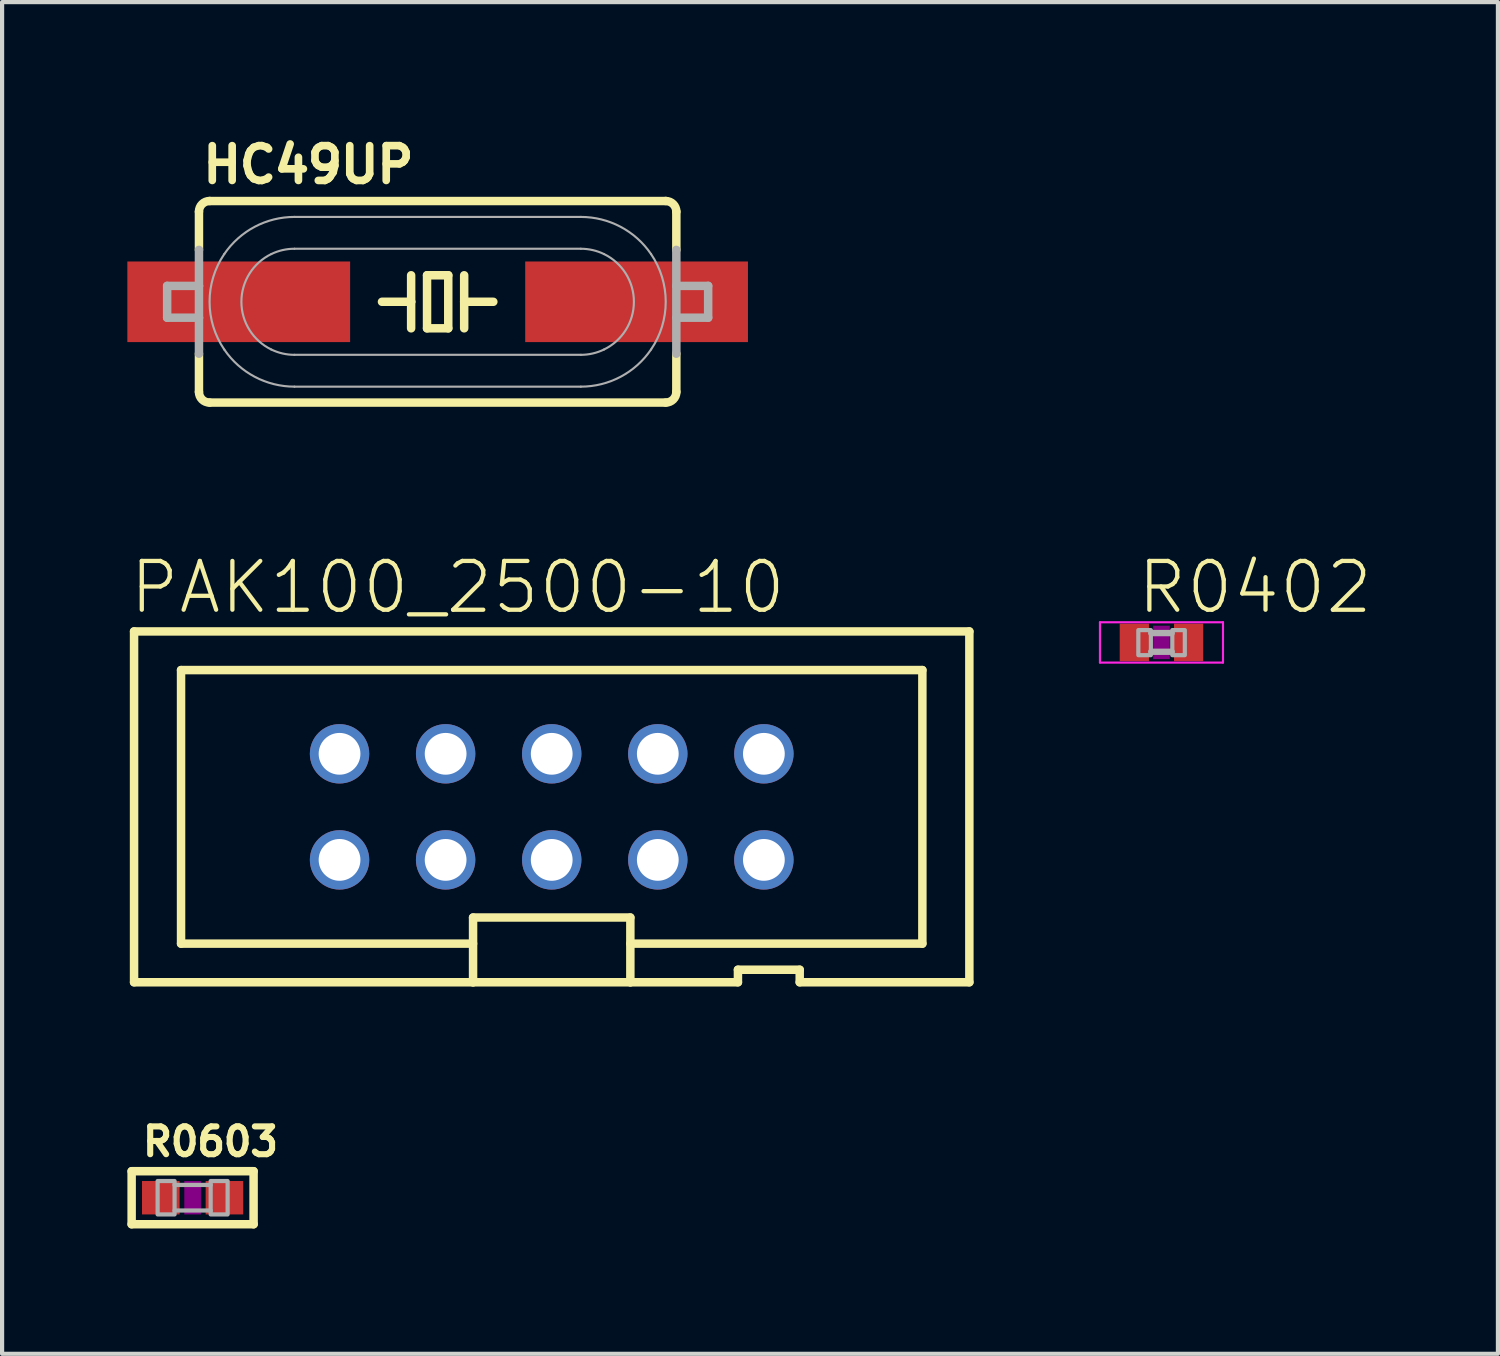
<source format=kicad_pcb>
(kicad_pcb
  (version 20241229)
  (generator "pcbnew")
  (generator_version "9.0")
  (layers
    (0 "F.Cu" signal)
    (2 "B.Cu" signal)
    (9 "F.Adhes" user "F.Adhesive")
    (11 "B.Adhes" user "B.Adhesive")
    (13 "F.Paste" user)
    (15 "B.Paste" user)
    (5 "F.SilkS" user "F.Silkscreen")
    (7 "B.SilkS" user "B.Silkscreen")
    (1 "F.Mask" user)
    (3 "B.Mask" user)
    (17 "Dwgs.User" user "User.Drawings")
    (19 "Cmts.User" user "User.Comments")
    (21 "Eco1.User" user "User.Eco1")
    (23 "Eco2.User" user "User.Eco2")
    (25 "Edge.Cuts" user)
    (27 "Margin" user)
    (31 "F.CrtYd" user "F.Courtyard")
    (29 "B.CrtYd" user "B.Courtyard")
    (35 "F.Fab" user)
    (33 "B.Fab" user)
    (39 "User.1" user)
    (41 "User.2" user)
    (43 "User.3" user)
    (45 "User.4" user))
  (footprint "HC49UP"
    (layer "F.Cu")
    (at 7.429 4.176)
    (property "Reference" "HC49UP" (at -5.715 -2.794 0) (unlocked yes) (layer "F.SilkS") (effects (font (size 0.833 0.833) (thickness 0.183)) (justify left bottom)))
    (fp_line (start -5.715 -1.243) (end -5.715 -2.159) (stroke (width 0.203) (type solid)) (layer "F.SilkS"))
    (fp_line (start -5.715 2.159) (end -5.715 1.243) (stroke (width 0.203) (type solid)) (layer "F.SilkS"))
    (fp_line (start -0.635 -0.635) (end -0.635 0) (stroke (width 0.203) (type solid)) (layer "F.SilkS"))
    (fp_line (start -0.635 0) (end -1.333 0) (stroke (width 0.203) (type solid)) (layer "F.SilkS"))
    (fp_line (start -0.635 0) (end -0.635 0.635) (stroke (width 0.203) (type solid)) (layer "F.SilkS"))
    (fp_line (start -0.254 -0.635) (end -0.254 0.635) (stroke (width 0.203) (type solid)) (layer "F.SilkS"))
    (fp_line (start -0.254 0.635) (end 0.254 0.635) (stroke (width 0.203) (type solid)) (layer "F.SilkS"))
    (fp_line (start 0.254 -0.635) (end -0.254 -0.635) (stroke (width 0.203) (type solid)) (layer "F.SilkS"))
    (fp_line (start 0.254 0.635) (end 0.254 -0.635) (stroke (width 0.203) (type solid)) (layer "F.SilkS"))
    (fp_line (start 0.635 -0.635) (end 0.635 0) (stroke (width 0.203) (type solid)) (layer "F.SilkS"))
    (fp_line (start 0.635 0) (end 0.635 0.635) (stroke (width 0.203) (type solid)) (layer "F.SilkS"))
    (fp_line (start 0.635 0) (end 1.333 0) (stroke (width 0.203) (type solid)) (layer "F.SilkS"))
    (fp_line (start 5.461 -2.413) (end -5.461 -2.413) (stroke (width 0.203) (type solid)) (layer "F.SilkS"))
    (fp_line (start 5.461 2.413) (end -5.461 2.413) (stroke (width 0.203) (type solid)) (layer "F.SilkS"))
    (fp_line (start 5.715 -1.243) (end 5.715 -2.159) (stroke (width 0.203) (type solid)) (layer "F.SilkS"))
    (fp_line (start 5.715 2.159) (end 5.715 1.243) (stroke (width 0.203) (type solid)) (layer "F.SilkS"))
    (fp_arc (start -5.715 -2.159) (mid -5.640605 -2.338605) (end -5.461 -2.413) (stroke (width 0.2032) (type solid)) (layer "F.SilkS"))
    (fp_arc (start -5.461 2.413) (mid -5.640605 2.338605) (end -5.715 2.159) (stroke (width 0.2032) (type solid)) (layer "F.SilkS"))
    (fp_arc (start 5.461 -2.413) (mid 5.640605 -2.338605) (end 5.715 -2.159) (stroke (width 0.2032) (type solid)) (layer "F.SilkS"))
    (fp_arc (start 5.715 2.159) (mid 5.640605 2.338605) (end 5.461 2.413) (stroke (width 0.2032) (type solid)) (layer "F.SilkS"))
    (fp_line (start -6.477 0.381) (end -6.477 -0.381) (stroke (width 0.203) (type solid)) (layer "F.Fab"))
    (fp_line (start -5.715 -0.381) (end -6.477 -0.381) (stroke (width 0.203) (type solid)) (layer "F.Fab"))
    (fp_line (start -5.715 -0.381) (end -5.715 -1.243) (stroke (width 0.203) (type solid)) (layer "F.Fab"))
    (fp_line (start -5.715 0.381) (end -6.477 0.381) (stroke (width 0.203) (type solid)) (layer "F.Fab"))
    (fp_line (start -5.715 0.381) (end -5.715 -0.381) (stroke (width 0.203) (type solid)) (layer "F.Fab"))
    (fp_line (start -5.715 1.243) (end -5.715 0.381) (stroke (width 0.203) (type solid)) (layer "F.Fab"))
    (fp_line (start -3.429 -2.032) (end 3.429 -2.032) (stroke (width 0.051) (type solid)) (layer "F.Fab"))
    (fp_line (start -3.429 -1.27) (end 3.429 -1.27) (stroke (width 0.051) (type solid)) (layer "F.Fab"))
    (fp_line (start 3.429 1.27) (end -3.429 1.27) (stroke (width 0.051) (type solid)) (layer "F.Fab"))
    (fp_line (start 3.429 2.032) (end -3.429 2.032) (stroke (width 0.051) (type solid)) (layer "F.Fab"))
    (fp_line (start 5.715 -0.381) (end 6.477 -0.381) (stroke (width 0.203) (type solid)) (layer "F.Fab"))
    (fp_line (start 5.715 0.381) (end 6.477 0.381) (stroke (width 0.203) (type solid)) (layer "F.Fab"))
    (fp_line (start 5.715 1.243) (end 5.715 -1.243) (stroke (width 0.203) (type solid)) (layer "F.Fab"))
    (fp_line (start 6.477 0.381) (end 6.477 -0.381) (stroke (width 0.203) (type solid)) (layer "F.Fab"))
    (fp_arc (start -5.1091 -1.143) (mid -4.379417 -1.796107) (end -3.429 -2.032101) (stroke (width 0.0508) (type solid)) (layer "F.Fab"))
    (fp_arc (start -5.1091 1.143) (mid -5.46104 0) (end -5.1091 -1.143) (stroke (width 0.0508) (type solid)) (layer "F.Fab"))
    (fp_arc (start -3.9826 -1.143) (mid -3.712991 -1.237845) (end -3.429 -1.27) (stroke (width 0.0508) (type solid)) (layer "F.Fab"))
    (fp_arc (start -3.9826 1.143) (mid -4.699009 0) (end -3.9826 -1.143) (stroke (width 0.0508) (type solid)) (layer "F.Fab"))
    (fp_arc (start -3.429 1.27) (mid -3.712991 1.237845) (end -3.9826 1.143) (stroke (width 0.0508) (type solid)) (layer "F.Fab"))
    (fp_arc (start -3.429 2.032001) (mid -4.379408 1.796063) (end -5.1091 1.143) (stroke (width 0.0508) (type solid)) (layer "F.Fab"))
    (fp_arc (start 3.429 -2.032) (mid 4.379408 -1.796062) (end 5.1091 -1.142999) (stroke (width 0.0508) (type solid)) (layer "F.Fab"))
    (fp_arc (start 3.429 -1.27) (mid 3.712991 -1.237845) (end 3.9826 -1.143) (stroke (width 0.0508) (type solid)) (layer "F.Fab"))
    (fp_arc (start 3.9826 -1.143) (mid 4.699009 0) (end 3.9826 1.143) (stroke (width 0.0508) (type solid)) (layer "F.Fab"))
    (fp_arc (start 3.9826 1.143) (mid 3.712991 1.237845) (end 3.429 1.27) (stroke (width 0.0508) (type solid)) (layer "F.Fab"))
    (fp_arc (start 5.109 1.142899) (mid 4.379368 1.795994) (end 3.429 2.032) (stroke (width 0.0508) (type solid)) (layer "F.Fab"))
    (fp_arc (start 5.1091 -1.143) (mid 5.46104 0) (end 5.1091 1.143) (stroke (width 0.0508) (type solid)) (layer "F.Fab"))
    (pad "1" smd rect (at -4.763 0) (size 5.334 1.93) (layers "F.Cu" "F.Mask" "F.Paste"))
    (pad "2" smd rect (at 4.763 0) (size 5.334 1.93) (layers "F.Cu" "F.Mask" "F.Paste"))
    (zone (net_name "") (layers "F.Cu" "B.Cu") (hatch edge 0.5) (connect_pads) (min_thickness 0.25) (filled_areas_thickness no) (keepout (tracks allowed) (vias not_allowed) (pads allowed) (copperpour allowed) (footprints allowed)) (placement (enabled no)) (fill) (polygon (pts (xy 0.826 7.224) (xy 14.034 7.224) (xy 14.034 1.128) (xy 0.826 1.128)))))
  (footprint "PAK100_2500-10"
    (layer "F.Cu")
    (at 10.16 16.269)
    (property "Reference" "PAK100_2500-10" (at -10.16 -4.572 0) (unlocked yes) (layer "F.SilkS") (effects (font (size 1.168 1.168) (thickness 0.102)) (justify left bottom)))
    (fp_line (start -10 -4.2) (end 10 -4.2) (stroke (width 0.203) (type solid)) (layer "F.SilkS"))
    (fp_line (start -10 4.2) (end -10 -4.2) (stroke (width 0.203) (type solid)) (layer "F.SilkS"))
    (fp_line (start -8.875 -3.275) (end 8.875 -3.275) (stroke (width 0.203) (type solid)) (layer "F.SilkS"))
    (fp_line (start -8.875 3.275) (end -8.875 -3.275) (stroke (width 0.203) (type solid)) (layer "F.SilkS"))
    (fp_line (start -1.883 2.65) (end -1.883 4.2) (stroke (width 0.203) (type solid)) (layer "F.SilkS"))
    (fp_line (start -1.883 3.275) (end -8.875 3.275) (stroke (width 0.203) (type solid)) (layer "F.SilkS"))
    (fp_line (start -1.883 4.2) (end -10 4.2) (stroke (width 0.203) (type solid)) (layer "F.SilkS"))
    (fp_line (start 1.883 2.65) (end -1.883 2.65) (stroke (width 0.203) (type solid)) (layer "F.SilkS"))
    (fp_line (start 1.883 4.2) (end -1.883 4.2) (stroke (width 0.203) (type solid)) (layer "F.SilkS"))
    (fp_line (start 1.883 4.2) (end 1.883 2.65) (stroke (width 0.203) (type solid)) (layer "F.SilkS"))
    (fp_line (start 4.459 3.9) (end 4.459 4.2) (stroke (width 0.203) (type solid)) (layer "F.SilkS"))
    (fp_line (start 4.459 4.2) (end 1.883 4.2) (stroke (width 0.203) (type solid)) (layer "F.SilkS"))
    (fp_line (start 5.938 3.9) (end 4.459 3.9) (stroke (width 0.203) (type solid)) (layer "F.SilkS"))
    (fp_line (start 5.938 4.2) (end 5.938 3.9) (stroke (width 0.203) (type solid)) (layer "F.SilkS"))
    (fp_line (start 8.875 -3.275) (end 8.875 3.275) (stroke (width 0.203) (type solid)) (layer "F.SilkS"))
    (fp_line (start 8.875 3.275) (end 1.883 3.275) (stroke (width 0.203) (type solid)) (layer "F.SilkS"))
    (fp_line (start 10 -4.2) (end 10 4.2) (stroke (width 0.203) (type solid)) (layer "F.SilkS"))
    (fp_line (start 10 4.2) (end 5.938 4.2) (stroke (width 0.203) (type solid)) (layer "F.SilkS"))
    (pad "1" thru_hole circle (at -5.08 1.27) (size 1.422 1.422) (drill 1) (layers "*.Cu" "*.Mask"))
    (pad "2" thru_hole circle (at -5.08 -1.27) (size 1.422 1.422) (drill 1) (layers "*.Cu" "*.Mask"))
    (pad "3" thru_hole circle (at -2.54 1.27) (size 1.422 1.422) (drill 1) (layers "*.Cu" "*.Mask"))
    (pad "4" thru_hole circle (at -2.54 -1.27) (size 1.422 1.422) (drill 1) (layers "*.Cu" "*.Mask"))
    (pad "5" thru_hole circle (at 0 1.27) (size 1.422 1.422) (drill 1) (layers "*.Cu" "*.Mask"))
    (pad "6" thru_hole circle (at 0 -1.27) (size 1.422 1.422) (drill 1) (layers "*.Cu" "*.Mask"))
    (pad "7" thru_hole circle (at 2.54 1.27) (size 1.422 1.422) (drill 1) (layers "*.Cu" "*.Mask"))
    (pad "8" thru_hole circle (at 2.54 -1.27) (size 1.422 1.422) (drill 1) (layers "*.Cu" "*.Mask"))
    (pad "9" thru_hole circle (at 5.08 1.27) (size 1.422 1.422) (drill 1) (layers "*.Cu" "*.Mask"))
    (pad "10" thru_hole circle (at 5.08 -1.27) (size 1.422 1.422) (drill 1) (layers "*.Cu" "*.Mask")))
  (footprint "R0603"
    (layer "F.Cu")
    (at 1.562 25.628)
    (property "Reference" "R0603" (at -1.27 -0.953 0) (unlocked yes) (layer "F.SilkS") (effects (font (size 0.666 0.666) (thickness 0.146)) (justify left bottom)))
    (fp_line (start -1.46 -0.635) (end 1.46 -0.635) (stroke (width 0.203) (type solid)) (layer "F.SilkS"))
    (fp_line (start -1.46 0.635) (end -1.46 -0.635) (stroke (width 0.203) (type solid)) (layer "F.SilkS"))
    (fp_line (start 1.46 -0.635) (end 1.46 0.635) (stroke (width 0.203) (type solid)) (layer "F.SilkS"))
    (fp_line (start 1.46 0.635) (end -1.46 0.635) (stroke (width 0.203) (type solid)) (layer "F.SilkS"))
    (fp_poly (pts (xy -0.2 0.4) (xy 0.2 0.4) (xy 0.2 -0.4) (xy -0.2 -0.4)) (stroke (width 0) (type default)) (fill yes) (layer "F.Adhes"))
    (fp_line (start -0.432 0.306) (end 0.432 0.306) (stroke (width 0.102) (type solid)) (layer "F.Fab"))
    (fp_line (start 0.432 -0.306) (end -0.432 -0.306) (stroke (width 0.102) (type solid)) (layer "F.Fab"))
    (fp_poly (pts (xy -0.838 0.4) (xy -0.432 0.4) (xy -0.432 -0.4) (xy -0.838 -0.4)) (stroke (width 0.1) (type default)) (fill no) (layer "F.Fab"))
    (fp_poly (pts (xy 0.432 0.4) (xy 0.838 0.4) (xy 0.838 -0.4) (xy 0.432 -0.4)) (stroke (width 0.1) (type default)) (fill no) (layer "F.Fab"))
    (pad "1" smd rect (at -0.762 0) (size 0.9 0.8) (layers "F.Cu" "F.Mask" "F.Paste"))
    (pad "2" smd rect (at 0.762 0) (size 0.9 0.8) (layers "F.Cu" "F.Mask" "F.Paste")))
  (footprint "R0402"
    (layer "F.Cu")
    (at 24.76 12.332)
    (property "Reference" "R0402" (at -0.635 -0.635 0) (unlocked yes) (layer "F.SilkS") (effects (font (size 1.168 1.168) (thickness 0.102)) (justify left bottom)))
    (fp_poly (pts (xy -0.2 0.4) (xy 0.2 0.4) (xy 0.2 -0.4) (xy -0.2 -0.4)) (stroke (width 0) (type default)) (fill yes) (layer "F.Adhes"))
    (fp_line (start -1.473 -0.483) (end 1.473 -0.483) (stroke (width 0.051) (type solid)) (layer "F.CrtYd"))
    (fp_line (start -1.473 0.483) (end -1.473 -0.483) (stroke (width 0.051) (type solid)) (layer "F.CrtYd"))
    (fp_line (start 1.473 -0.483) (end 1.473 0.483) (stroke (width 0.051) (type solid)) (layer "F.CrtYd"))
    (fp_line (start 1.473 0.483) (end -1.473 0.483) (stroke (width 0.051) (type solid)) (layer "F.CrtYd"))
    (fp_line (start -0.245 -0.224) (end 0.245 -0.224) (stroke (width 0.152) (type solid)) (layer "F.Fab"))
    (fp_line (start 0.245 0.224) (end -0.245 0.224) (stroke (width 0.152) (type solid)) (layer "F.Fab"))
    (fp_poly (pts (xy -0.554 0.305) (xy -0.254 0.305) (xy -0.254 -0.295) (xy -0.554 -0.295)) (stroke (width 0.1) (type default)) (fill no) (layer "F.Fab"))
    (fp_poly (pts (xy 0.259 0.305) (xy 0.559 0.305) (xy 0.559 -0.295) (xy 0.259 -0.295)) (stroke (width 0.1) (type default)) (fill no) (layer "F.Fab"))
    (pad "1" smd rect (at -0.65 0) (size 0.7 0.9) (layers "F.Cu" "F.Mask" "F.Paste"))
    (pad "2" smd rect (at 0.65 0) (size 0.7 0.9) (layers "F.Cu" "F.Mask" "F.Paste")))
  (gr_rect
    (start -3 -3)
    (end 32.816 29.365)
    (stroke (width 0.1) (type default))
    (fill no)
    (layer "Edge.Cuts")))
</source>
